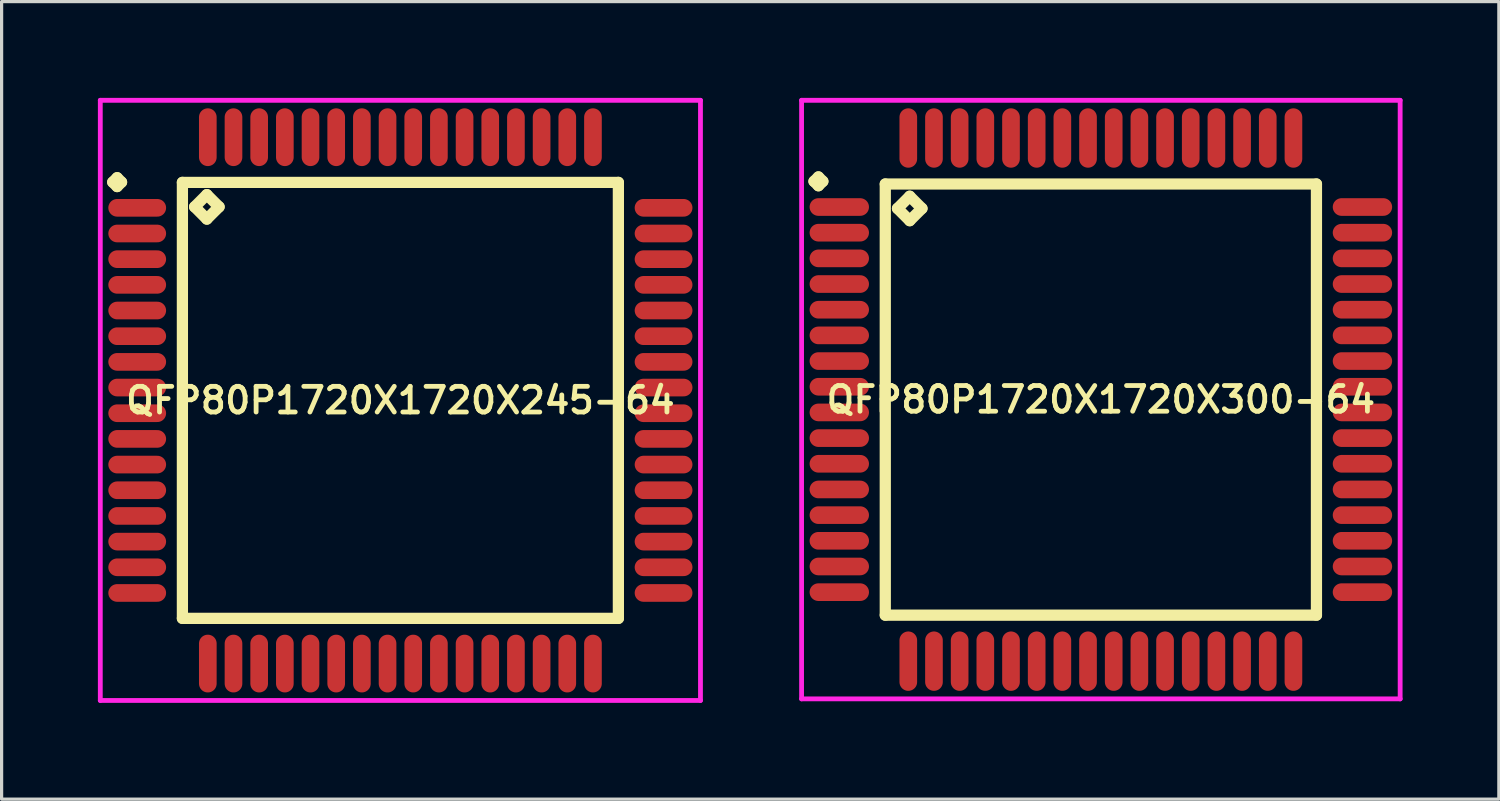
<source format=kicad_pcb>
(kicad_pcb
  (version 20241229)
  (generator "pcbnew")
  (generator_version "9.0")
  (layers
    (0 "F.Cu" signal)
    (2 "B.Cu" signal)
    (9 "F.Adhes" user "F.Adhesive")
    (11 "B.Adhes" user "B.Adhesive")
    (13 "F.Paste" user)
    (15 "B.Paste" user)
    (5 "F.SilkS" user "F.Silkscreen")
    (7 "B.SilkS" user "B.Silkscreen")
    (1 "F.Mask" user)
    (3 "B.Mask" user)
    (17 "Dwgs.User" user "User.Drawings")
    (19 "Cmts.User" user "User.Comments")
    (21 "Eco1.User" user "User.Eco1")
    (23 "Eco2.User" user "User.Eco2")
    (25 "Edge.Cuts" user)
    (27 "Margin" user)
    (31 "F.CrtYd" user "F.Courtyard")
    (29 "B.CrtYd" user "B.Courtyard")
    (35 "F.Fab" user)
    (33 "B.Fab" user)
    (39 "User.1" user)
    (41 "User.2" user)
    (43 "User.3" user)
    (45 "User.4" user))
  (footprint "QFP80P1720X1720X300-64"
    (layer "F.Cu")
    (at 31.25 9.4)
    (property "Reference" "QFP80P1720X1720X300-64" (at 0 0 0) (layer "F.SilkS") (effects (font (size 0.8 0.8) (thickness 0.15))))
    (attr smd)
    (fp_line (start -8.938 -6.8) (end -8.8 -6.938) (stroke (width 0.35) (type solid)) (layer "F.SilkS"))
    (fp_line (start -8.8 -6.938) (end -8.662 -6.8) (stroke (width 0.35) (type solid)) (layer "F.SilkS"))
    (fp_line (start -8.8 -6.662) (end -8.938 -6.8) (stroke (width 0.35) (type solid)) (layer "F.SilkS"))
    (fp_line (start -8.662 -6.8) (end -8.8 -6.662) (stroke (width 0.35) (type solid)) (layer "F.SilkS"))
    (fp_line (start -6.717 -6.717) (end -6.717 6.717) (stroke (width 0.35) (type solid)) (layer "F.SilkS"))
    (fp_line (start -6.717 6.717) (end 6.717 6.717) (stroke (width 0.35) (type solid)) (layer "F.SilkS"))
    (fp_line (start -6.336 -5.955) (end -5.955 -6.336) (stroke (width 0.35) (type solid)) (layer "F.SilkS"))
    (fp_line (start -5.955 -6.336) (end -5.574 -5.955) (stroke (width 0.35) (type solid)) (layer "F.SilkS"))
    (fp_line (start -5.955 -5.574) (end -6.336 -5.955) (stroke (width 0.35) (type solid)) (layer "F.SilkS"))
    (fp_line (start -5.574 -5.955) (end -5.955 -5.574) (stroke (width 0.35) (type solid)) (layer "F.SilkS"))
    (fp_line (start 6.717 -6.717) (end -6.717 -6.717) (stroke (width 0.35) (type solid)) (layer "F.SilkS"))
    (fp_line (start 6.717 6.717) (end 6.717 -6.717) (stroke (width 0.35) (type solid)) (layer "F.SilkS"))
    (fp_line (start -9.325 -9.325) (end 9.325 -9.325) (stroke (width 0.15) (type solid)) (layer "F.CrtYd"))
    (fp_line (start -9.325 9.325) (end -9.325 -9.325) (stroke (width 0.15) (type solid)) (layer "F.CrtYd"))
    (fp_line (start 9.325 -9.325) (end 9.325 9.325) (stroke (width 0.15) (type solid)) (layer "F.CrtYd"))
    (fp_line (start 9.325 9.325) (end -9.325 9.325) (stroke (width 0.15) (type solid)) (layer "F.CrtYd"))
    (pad "1" smd oval (at -8.15 -6) (size 1.85 0.55) (layers "F.Cu" "F.Mask" "F.Paste"))
    (pad "2" smd oval (at -8.15 -5.2) (size 1.85 0.55) (layers "F.Cu" "F.Mask" "F.Paste"))
    (pad "3" smd oval (at -8.15 -4.4) (size 1.85 0.55) (layers "F.Cu" "F.Mask" "F.Paste"))
    (pad "4" smd oval (at -8.15 -3.6) (size 1.85 0.55) (layers "F.Cu" "F.Mask" "F.Paste"))
    (pad "5" smd oval (at -8.15 -2.8) (size 1.85 0.55) (layers "F.Cu" "F.Mask" "F.Paste"))
    (pad "6" smd oval (at -8.15 -2) (size 1.85 0.55) (layers "F.Cu" "F.Mask" "F.Paste"))
    (pad "7" smd oval (at -8.15 -1.2) (size 1.85 0.55) (layers "F.Cu" "F.Mask" "F.Paste"))
    (pad "8" smd oval (at -8.15 -0.4) (size 1.85 0.55) (layers "F.Cu" "F.Mask" "F.Paste"))
    (pad "9" smd oval (at -8.15 0.4) (size 1.85 0.55) (layers "F.Cu" "F.Mask" "F.Paste"))
    (pad "10" smd oval (at -8.15 1.2) (size 1.85 0.55) (layers "F.Cu" "F.Mask" "F.Paste"))
    (pad "11" smd oval (at -8.15 2) (size 1.85 0.55) (layers "F.Cu" "F.Mask" "F.Paste"))
    (pad "12" smd oval (at -8.15 2.8) (size 1.85 0.55) (layers "F.Cu" "F.Mask" "F.Paste"))
    (pad "13" smd oval (at -8.15 3.6) (size 1.85 0.55) (layers "F.Cu" "F.Mask" "F.Paste"))
    (pad "14" smd oval (at -8.15 4.4) (size 1.85 0.55) (layers "F.Cu" "F.Mask" "F.Paste"))
    (pad "15" smd oval (at -8.15 5.2) (size 1.85 0.55) (layers "F.Cu" "F.Mask" "F.Paste"))
    (pad "16" smd oval (at -8.15 6) (size 1.85 0.55) (layers "F.Cu" "F.Mask" "F.Paste"))
    (pad "17" smd oval (at -6 8.15) (size 0.55 1.85) (layers "F.Cu" "F.Mask" "F.Paste"))
    (pad "18" smd oval (at -5.2 8.15) (size 0.55 1.85) (layers "F.Cu" "F.Mask" "F.Paste"))
    (pad "19" smd oval (at -4.4 8.15) (size 0.55 1.85) (layers "F.Cu" "F.Mask" "F.Paste"))
    (pad "20" smd oval (at -3.6 8.15) (size 0.55 1.85) (layers "F.Cu" "F.Mask" "F.Paste"))
    (pad "21" smd oval (at -2.8 8.15) (size 0.55 1.85) (layers "F.Cu" "F.Mask" "F.Paste"))
    (pad "22" smd oval (at -2 8.15) (size 0.55 1.85) (layers "F.Cu" "F.Mask" "F.Paste"))
    (pad "23" smd oval (at -1.2 8.15) (size 0.55 1.85) (layers "F.Cu" "F.Mask" "F.Paste"))
    (pad "24" smd oval (at -0.4 8.15) (size 0.55 1.85) (layers "F.Cu" "F.Mask" "F.Paste"))
    (pad "25" smd oval (at 0.4 8.15) (size 0.55 1.85) (layers "F.Cu" "F.Mask" "F.Paste"))
    (pad "26" smd oval (at 1.2 8.15) (size 0.55 1.85) (layers "F.Cu" "F.Mask" "F.Paste"))
    (pad "27" smd oval (at 2 8.15) (size 0.55 1.85) (layers "F.Cu" "F.Mask" "F.Paste"))
    (pad "28" smd oval (at 2.8 8.15) (size 0.55 1.85) (layers "F.Cu" "F.Mask" "F.Paste"))
    (pad "29" smd oval (at 3.6 8.15) (size 0.55 1.85) (layers "F.Cu" "F.Mask" "F.Paste"))
    (pad "30" smd oval (at 4.4 8.15) (size 0.55 1.85) (layers "F.Cu" "F.Mask" "F.Paste"))
    (pad "31" smd oval (at 5.2 8.15) (size 0.55 1.85) (layers "F.Cu" "F.Mask" "F.Paste"))
    (pad "32" smd oval (at 6 8.15) (size 0.55 1.85) (layers "F.Cu" "F.Mask" "F.Paste"))
    (pad "33" smd oval (at 8.15 6) (size 1.85 0.55) (layers "F.Cu" "F.Mask" "F.Paste"))
    (pad "34" smd oval (at 8.15 5.2) (size 1.85 0.55) (layers "F.Cu" "F.Mask" "F.Paste"))
    (pad "35" smd oval (at 8.15 4.4) (size 1.85 0.55) (layers "F.Cu" "F.Mask" "F.Paste"))
    (pad "36" smd oval (at 8.15 3.6) (size 1.85 0.55) (layers "F.Cu" "F.Mask" "F.Paste"))
    (pad "37" smd oval (at 8.15 2.8) (size 1.85 0.55) (layers "F.Cu" "F.Mask" "F.Paste"))
    (pad "38" smd oval (at 8.15 2) (size 1.85 0.55) (layers "F.Cu" "F.Mask" "F.Paste"))
    (pad "39" smd oval (at 8.15 1.2) (size 1.85 0.55) (layers "F.Cu" "F.Mask" "F.Paste"))
    (pad "40" smd oval (at 8.15 0.4) (size 1.85 0.55) (layers "F.Cu" "F.Mask" "F.Paste"))
    (pad "41" smd oval (at 8.15 -0.4) (size 1.85 0.55) (layers "F.Cu" "F.Mask" "F.Paste"))
    (pad "42" smd oval (at 8.15 -1.2) (size 1.85 0.55) (layers "F.Cu" "F.Mask" "F.Paste"))
    (pad "43" smd oval (at 8.15 -2) (size 1.85 0.55) (layers "F.Cu" "F.Mask" "F.Paste"))
    (pad "44" smd oval (at 8.15 -2.8) (size 1.85 0.55) (layers "F.Cu" "F.Mask" "F.Paste"))
    (pad "45" smd oval (at 8.15 -3.6) (size 1.85 0.55) (layers "F.Cu" "F.Mask" "F.Paste"))
    (pad "46" smd oval (at 8.15 -4.4) (size 1.85 0.55) (layers "F.Cu" "F.Mask" "F.Paste"))
    (pad "47" smd oval (at 8.15 -5.2) (size 1.85 0.55) (layers "F.Cu" "F.Mask" "F.Paste"))
    (pad "48" smd oval (at 8.15 -6) (size 1.85 0.55) (layers "F.Cu" "F.Mask" "F.Paste"))
    (pad "49" smd oval (at 6 -8.15) (size 0.55 1.85) (layers "F.Cu" "F.Mask" "F.Paste"))
    (pad "50" smd oval (at 5.2 -8.15) (size 0.55 1.85) (layers "F.Cu" "F.Mask" "F.Paste"))
    (pad "51" smd oval (at 4.4 -8.15) (size 0.55 1.85) (layers "F.Cu" "F.Mask" "F.Paste"))
    (pad "52" smd oval (at 3.6 -8.15) (size 0.55 1.85) (layers "F.Cu" "F.Mask" "F.Paste"))
    (pad "53" smd oval (at 2.8 -8.15) (size 0.55 1.85) (layers "F.Cu" "F.Mask" "F.Paste"))
    (pad "54" smd oval (at 2 -8.15) (size 0.55 1.85) (layers "F.Cu" "F.Mask" "F.Paste"))
    (pad "55" smd oval (at 1.2 -8.15) (size 0.55 1.85) (layers "F.Cu" "F.Mask" "F.Paste"))
    (pad "56" smd oval (at 0.4 -8.15) (size 0.55 1.85) (layers "F.Cu" "F.Mask" "F.Paste"))
    (pad "57" smd oval (at -0.4 -8.15) (size 0.55 1.85) (layers "F.Cu" "F.Mask" "F.Paste"))
    (pad "58" smd oval (at -1.2 -8.15) (size 0.55 1.85) (layers "F.Cu" "F.Mask" "F.Paste"))
    (pad "59" smd oval (at -2 -8.15) (size 0.55 1.85) (layers "F.Cu" "F.Mask" "F.Paste"))
    (pad "60" smd oval (at -2.8 -8.15) (size 0.55 1.85) (layers "F.Cu" "F.Mask" "F.Paste"))
    (pad "61" smd oval (at -3.6 -8.15) (size 0.55 1.85) (layers "F.Cu" "F.Mask" "F.Paste"))
    (pad "62" smd oval (at -4.4 -8.15) (size 0.55 1.85) (layers "F.Cu" "F.Mask" "F.Paste"))
    (pad "63" smd oval (at -5.2 -8.15) (size 0.55 1.85) (layers "F.Cu" "F.Mask" "F.Paste"))
    (pad "64" smd oval (at -6 -8.15) (size 0.55 1.85) (layers "F.Cu" "F.Mask" "F.Paste")))
  (footprint "QFP80P1720X1720X245-64"
    (layer "F.Cu")
    (at 9.425 9.425)
    (property "Reference" "QFP80P1720X1720X245-64" (at 0 0 0) (layer "F.SilkS") (effects (font (size 0.8 0.8) (thickness 0.15))))
    (attr smd)
    (fp_line (start -8.963 -6.8) (end -8.825 -6.938) (stroke (width 0.35) (type solid)) (layer "F.SilkS"))
    (fp_line (start -8.825 -6.938) (end -8.688 -6.8) (stroke (width 0.35) (type solid)) (layer "F.SilkS"))
    (fp_line (start -8.825 -6.662) (end -8.963 -6.8) (stroke (width 0.35) (type solid)) (layer "F.SilkS"))
    (fp_line (start -8.688 -6.8) (end -8.825 -6.662) (stroke (width 0.35) (type solid)) (layer "F.SilkS"))
    (fp_line (start -6.792 -6.792) (end -6.792 6.792) (stroke (width 0.35) (type solid)) (layer "F.SilkS"))
    (fp_line (start -6.792 6.792) (end 6.792 6.792) (stroke (width 0.35) (type solid)) (layer "F.SilkS"))
    (fp_line (start -6.411 -6.03) (end -6.03 -6.411) (stroke (width 0.35) (type solid)) (layer "F.SilkS"))
    (fp_line (start -6.03 -6.411) (end -5.649 -6.03) (stroke (width 0.35) (type solid)) (layer "F.SilkS"))
    (fp_line (start -6.03 -5.649) (end -6.411 -6.03) (stroke (width 0.35) (type solid)) (layer "F.SilkS"))
    (fp_line (start -5.649 -6.03) (end -6.03 -5.649) (stroke (width 0.35) (type solid)) (layer "F.SilkS"))
    (fp_line (start 6.792 -6.792) (end -6.792 -6.792) (stroke (width 0.35) (type solid)) (layer "F.SilkS"))
    (fp_line (start 6.792 6.792) (end 6.792 -6.792) (stroke (width 0.35) (type solid)) (layer "F.SilkS"))
    (fp_line (start -9.35 -9.35) (end 9.35 -9.35) (stroke (width 0.15) (type solid)) (layer "F.CrtYd"))
    (fp_line (start -9.35 9.35) (end -9.35 -9.35) (stroke (width 0.15) (type solid)) (layer "F.CrtYd"))
    (fp_line (start 9.35 -9.35) (end 9.35 9.35) (stroke (width 0.15) (type solid)) (layer "F.CrtYd"))
    (fp_line (start 9.35 9.35) (end -9.35 9.35) (stroke (width 0.15) (type solid)) (layer "F.CrtYd"))
    (pad "1" smd oval (at -8.2 -6) (size 1.8 0.55) (layers "F.Cu" "F.Mask" "F.Paste"))
    (pad "2" smd oval (at -8.2 -5.2) (size 1.8 0.55) (layers "F.Cu" "F.Mask" "F.Paste"))
    (pad "3" smd oval (at -8.2 -4.4) (size 1.8 0.55) (layers "F.Cu" "F.Mask" "F.Paste"))
    (pad "4" smd oval (at -8.2 -3.6) (size 1.8 0.55) (layers "F.Cu" "F.Mask" "F.Paste"))
    (pad "5" smd oval (at -8.2 -2.8) (size 1.8 0.55) (layers "F.Cu" "F.Mask" "F.Paste"))
    (pad "6" smd oval (at -8.2 -2) (size 1.8 0.55) (layers "F.Cu" "F.Mask" "F.Paste"))
    (pad "7" smd oval (at -8.2 -1.2) (size 1.8 0.55) (layers "F.Cu" "F.Mask" "F.Paste"))
    (pad "8" smd oval (at -8.2 -0.4) (size 1.8 0.55) (layers "F.Cu" "F.Mask" "F.Paste"))
    (pad "9" smd oval (at -8.2 0.4) (size 1.8 0.55) (layers "F.Cu" "F.Mask" "F.Paste"))
    (pad "10" smd oval (at -8.2 1.2) (size 1.8 0.55) (layers "F.Cu" "F.Mask" "F.Paste"))
    (pad "11" smd oval (at -8.2 2) (size 1.8 0.55) (layers "F.Cu" "F.Mask" "F.Paste"))
    (pad "12" smd oval (at -8.2 2.8) (size 1.8 0.55) (layers "F.Cu" "F.Mask" "F.Paste"))
    (pad "13" smd oval (at -8.2 3.6) (size 1.8 0.55) (layers "F.Cu" "F.Mask" "F.Paste"))
    (pad "14" smd oval (at -8.2 4.4) (size 1.8 0.55) (layers "F.Cu" "F.Mask" "F.Paste"))
    (pad "15" smd oval (at -8.2 5.2) (size 1.8 0.55) (layers "F.Cu" "F.Mask" "F.Paste"))
    (pad "16" smd oval (at -8.2 6) (size 1.8 0.55) (layers "F.Cu" "F.Mask" "F.Paste"))
    (pad "17" smd oval (at -6 8.2) (size 0.55 1.8) (layers "F.Cu" "F.Mask" "F.Paste"))
    (pad "18" smd oval (at -5.2 8.2) (size 0.55 1.8) (layers "F.Cu" "F.Mask" "F.Paste"))
    (pad "19" smd oval (at -4.4 8.2) (size 0.55 1.8) (layers "F.Cu" "F.Mask" "F.Paste"))
    (pad "20" smd oval (at -3.6 8.2) (size 0.55 1.8) (layers "F.Cu" "F.Mask" "F.Paste"))
    (pad "21" smd oval (at -2.8 8.2) (size 0.55 1.8) (layers "F.Cu" "F.Mask" "F.Paste"))
    (pad "22" smd oval (at -2 8.2) (size 0.55 1.8) (layers "F.Cu" "F.Mask" "F.Paste"))
    (pad "23" smd oval (at -1.2 8.2) (size 0.55 1.8) (layers "F.Cu" "F.Mask" "F.Paste"))
    (pad "24" smd oval (at -0.4 8.2) (size 0.55 1.8) (layers "F.Cu" "F.Mask" "F.Paste"))
    (pad "25" smd oval (at 0.4 8.2) (size 0.55 1.8) (layers "F.Cu" "F.Mask" "F.Paste"))
    (pad "26" smd oval (at 1.2 8.2) (size 0.55 1.8) (layers "F.Cu" "F.Mask" "F.Paste"))
    (pad "27" smd oval (at 2 8.2) (size 0.55 1.8) (layers "F.Cu" "F.Mask" "F.Paste"))
    (pad "28" smd oval (at 2.8 8.2) (size 0.55 1.8) (layers "F.Cu" "F.Mask" "F.Paste"))
    (pad "29" smd oval (at 3.6 8.2) (size 0.55 1.8) (layers "F.Cu" "F.Mask" "F.Paste"))
    (pad "30" smd oval (at 4.4 8.2) (size 0.55 1.8) (layers "F.Cu" "F.Mask" "F.Paste"))
    (pad "31" smd oval (at 5.2 8.2) (size 0.55 1.8) (layers "F.Cu" "F.Mask" "F.Paste"))
    (pad "32" smd oval (at 6 8.2) (size 0.55 1.8) (layers "F.Cu" "F.Mask" "F.Paste"))
    (pad "33" smd oval (at 8.2 6) (size 1.8 0.55) (layers "F.Cu" "F.Mask" "F.Paste"))
    (pad "34" smd oval (at 8.2 5.2) (size 1.8 0.55) (layers "F.Cu" "F.Mask" "F.Paste"))
    (pad "35" smd oval (at 8.2 4.4) (size 1.8 0.55) (layers "F.Cu" "F.Mask" "F.Paste"))
    (pad "36" smd oval (at 8.2 3.6) (size 1.8 0.55) (layers "F.Cu" "F.Mask" "F.Paste"))
    (pad "37" smd oval (at 8.2 2.8) (size 1.8 0.55) (layers "F.Cu" "F.Mask" "F.Paste"))
    (pad "38" smd oval (at 8.2 2) (size 1.8 0.55) (layers "F.Cu" "F.Mask" "F.Paste"))
    (pad "39" smd oval (at 8.2 1.2) (size 1.8 0.55) (layers "F.Cu" "F.Mask" "F.Paste"))
    (pad "40" smd oval (at 8.2 0.4) (size 1.8 0.55) (layers "F.Cu" "F.Mask" "F.Paste"))
    (pad "41" smd oval (at 8.2 -0.4) (size 1.8 0.55) (layers "F.Cu" "F.Mask" "F.Paste"))
    (pad "42" smd oval (at 8.2 -1.2) (size 1.8 0.55) (layers "F.Cu" "F.Mask" "F.Paste"))
    (pad "43" smd oval (at 8.2 -2) (size 1.8 0.55) (layers "F.Cu" "F.Mask" "F.Paste"))
    (pad "44" smd oval (at 8.2 -2.8) (size 1.8 0.55) (layers "F.Cu" "F.Mask" "F.Paste"))
    (pad "45" smd oval (at 8.2 -3.6) (size 1.8 0.55) (layers "F.Cu" "F.Mask" "F.Paste"))
    (pad "46" smd oval (at 8.2 -4.4) (size 1.8 0.55) (layers "F.Cu" "F.Mask" "F.Paste"))
    (pad "47" smd oval (at 8.2 -5.2) (size 1.8 0.55) (layers "F.Cu" "F.Mask" "F.Paste"))
    (pad "48" smd oval (at 8.2 -6) (size 1.8 0.55) (layers "F.Cu" "F.Mask" "F.Paste"))
    (pad "49" smd oval (at 6 -8.2) (size 0.55 1.8) (layers "F.Cu" "F.Mask" "F.Paste"))
    (pad "50" smd oval (at 5.2 -8.2) (size 0.55 1.8) (layers "F.Cu" "F.Mask" "F.Paste"))
    (pad "51" smd oval (at 4.4 -8.2) (size 0.55 1.8) (layers "F.Cu" "F.Mask" "F.Paste"))
    (pad "52" smd oval (at 3.6 -8.2) (size 0.55 1.8) (layers "F.Cu" "F.Mask" "F.Paste"))
    (pad "53" smd oval (at 2.8 -8.2) (size 0.55 1.8) (layers "F.Cu" "F.Mask" "F.Paste"))
    (pad "54" smd oval (at 2 -8.2) (size 0.55 1.8) (layers "F.Cu" "F.Mask" "F.Paste"))
    (pad "55" smd oval (at 1.2 -8.2) (size 0.55 1.8) (layers "F.Cu" "F.Mask" "F.Paste"))
    (pad "56" smd oval (at 0.4 -8.2) (size 0.55 1.8) (layers "F.Cu" "F.Mask" "F.Paste"))
    (pad "57" smd oval (at -0.4 -8.2) (size 0.55 1.8) (layers "F.Cu" "F.Mask" "F.Paste"))
    (pad "58" smd oval (at -1.2 -8.2) (size 0.55 1.8) (layers "F.Cu" "F.Mask" "F.Paste"))
    (pad "59" smd oval (at -2 -8.2) (size 0.55 1.8) (layers "F.Cu" "F.Mask" "F.Paste"))
    (pad "60" smd oval (at -2.8 -8.2) (size 0.55 1.8) (layers "F.Cu" "F.Mask" "F.Paste"))
    (pad "61" smd oval (at -3.6 -8.2) (size 0.55 1.8) (layers "F.Cu" "F.Mask" "F.Paste"))
    (pad "62" smd oval (at -4.4 -8.2) (size 0.55 1.8) (layers "F.Cu" "F.Mask" "F.Paste"))
    (pad "63" smd oval (at -5.2 -8.2) (size 0.55 1.8) (layers "F.Cu" "F.Mask" "F.Paste"))
    (pad "64" smd oval (at -6 -8.2) (size 0.55 1.8) (layers "F.Cu" "F.Mask" "F.Paste")))
  (gr_rect
    (start -3 -3)
    (end 43.65 21.85)
    (stroke (width 0.1) (type default))
    (fill no)
    (layer "Edge.Cuts")))
</source>
